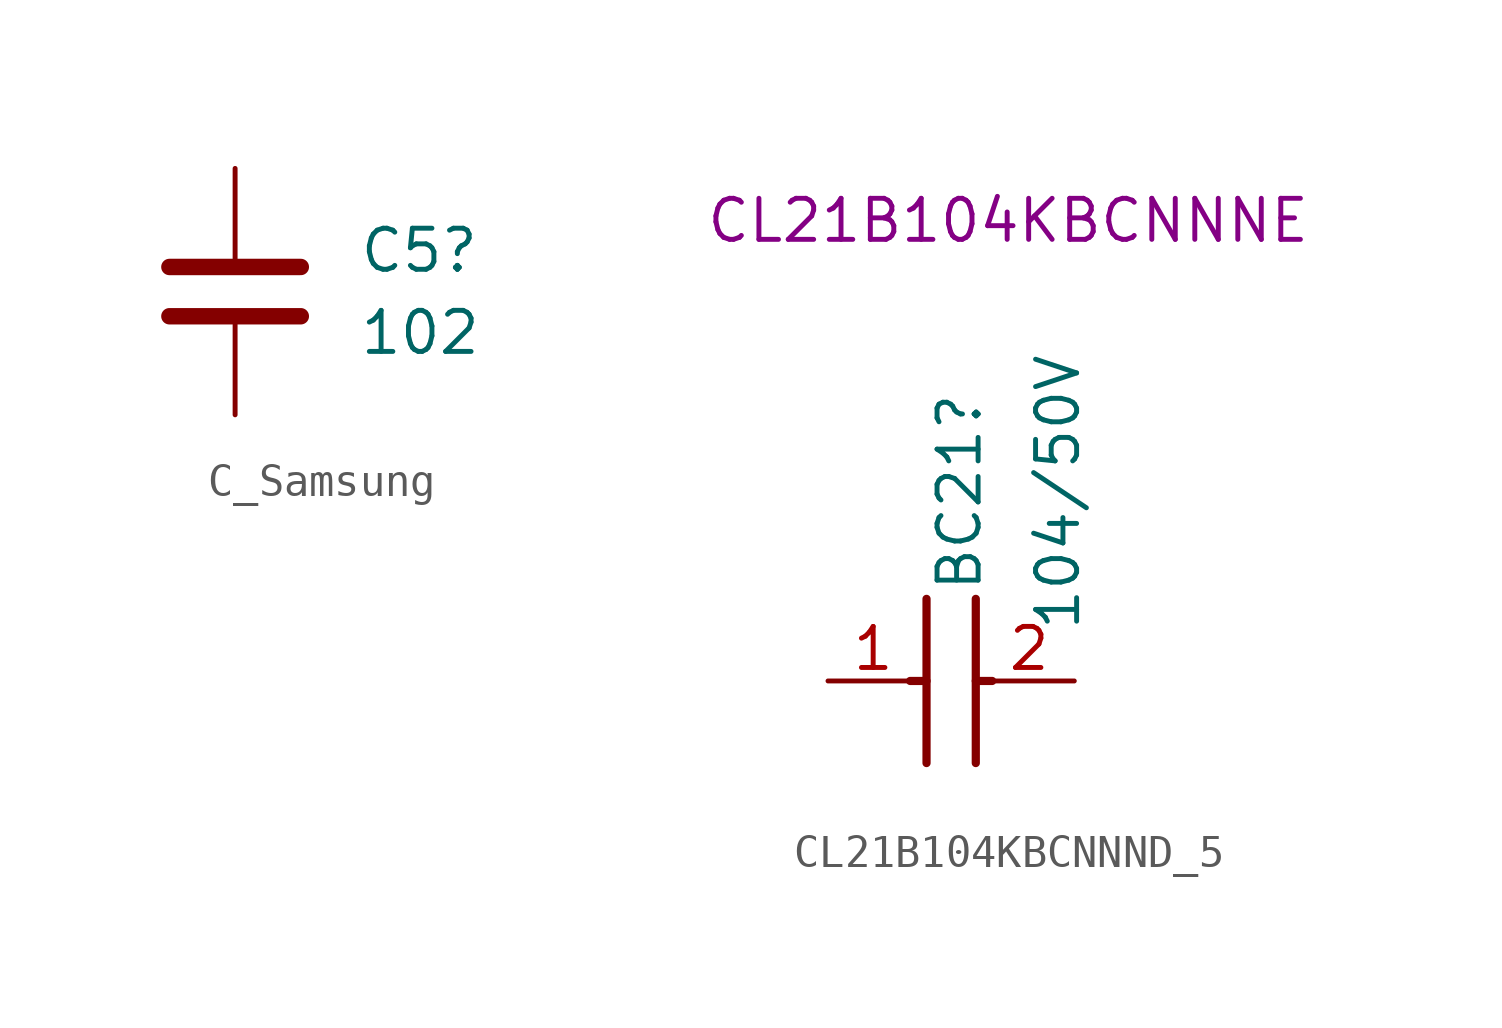
<source format=kicad_sym>
(kicad_symbol_lib
  (version 20231120)
  (generator "kicad_symbol_editor")
  (generator_version "8.0")
  (symbol "C_Samsung"
    (pin_numbers hide)
    (pin_names
      (offset 0.254))
    (property "Reference" "C5"
      (at 3.81 1.27 0)
      (effects (font (size 1.27 1.27)) (justify left)))
    (property "Value" "102"
      (at 3.81 -1.27 0)
      (effects (font (size 1.27 1.27)) (justify left)))
    (symbol "C_Samsung_0_1"
      (polyline (pts (xy -2.032 -0.762) (xy 2.032 -0.762)) (stroke (width 0.508) (type default)) (fill (type none)))
      (polyline (pts (xy -2.032 0.762) (xy 2.032 0.762)) (stroke (width 0.508) (type default)) (fill (type none))))
    (symbol "C_Samsung_1_1"
      (pin passive line (at 0 3.81 270) (length 2.794) (name "~" (effects (font (size 1.27 1.27)))) (number "1" (effects (font (size 1.27 1.27)))))
      (pin passive line (at 0 -3.81 90) (length 2.794) (name "~" (effects (font (size 1.27 1.27)))) (number "2" (effects (font (size 1.27 1.27)))))))
  (symbol "CL21B104KBCNNND_5"
    (pin_names hide)
    (property "Reference" "BC21"
      (at 6.604 5.842 90)
      (effects (font (size 1.27 1.27))))
    (property "Value" "104/50V"
      (at 9.652 5.842 90)
      (effects (font (size 1.27 1.27))))
    (property "Manufacturer_Part_Number" "CL21B104KBCNNNE"
      (at -1.27 14.986 0)
      (effects (font (size 1.27 1.27)) (justify left top)))
    (symbol "CL21B104KBCNNND_5_1_1"
      (polyline (pts (xy 5.08 0) (xy 5.588 0)) (stroke (width 0.254) (type default)) (fill (type none)))
      (polyline (pts (xy 5.588 2.54) (xy 5.588 -2.54)) (stroke (width 0.254) (type default)) (fill (type none)))
      (polyline (pts (xy 7.112 0) (xy 7.62 0)) (stroke (width 0.254) (type default)) (fill (type none)))
      (polyline (pts (xy 7.112 2.54) (xy 7.112 -2.54)) (stroke (width 0.254) (type default)) (fill (type none)))
      (pin passive line (at 2.54 0 0) (length 2.794) (name "1" (effects (font (size 1.27 1.27)))) (number "1" (effects (font (size 1.27 1.27)))))
      (pin passive line (at 10.16 0 180) (length 2.794) (name "2" (effects (font (size 1.27 1.27)))) (number "2" (effects (font (size 1.27 1.27))))))))
</source>
